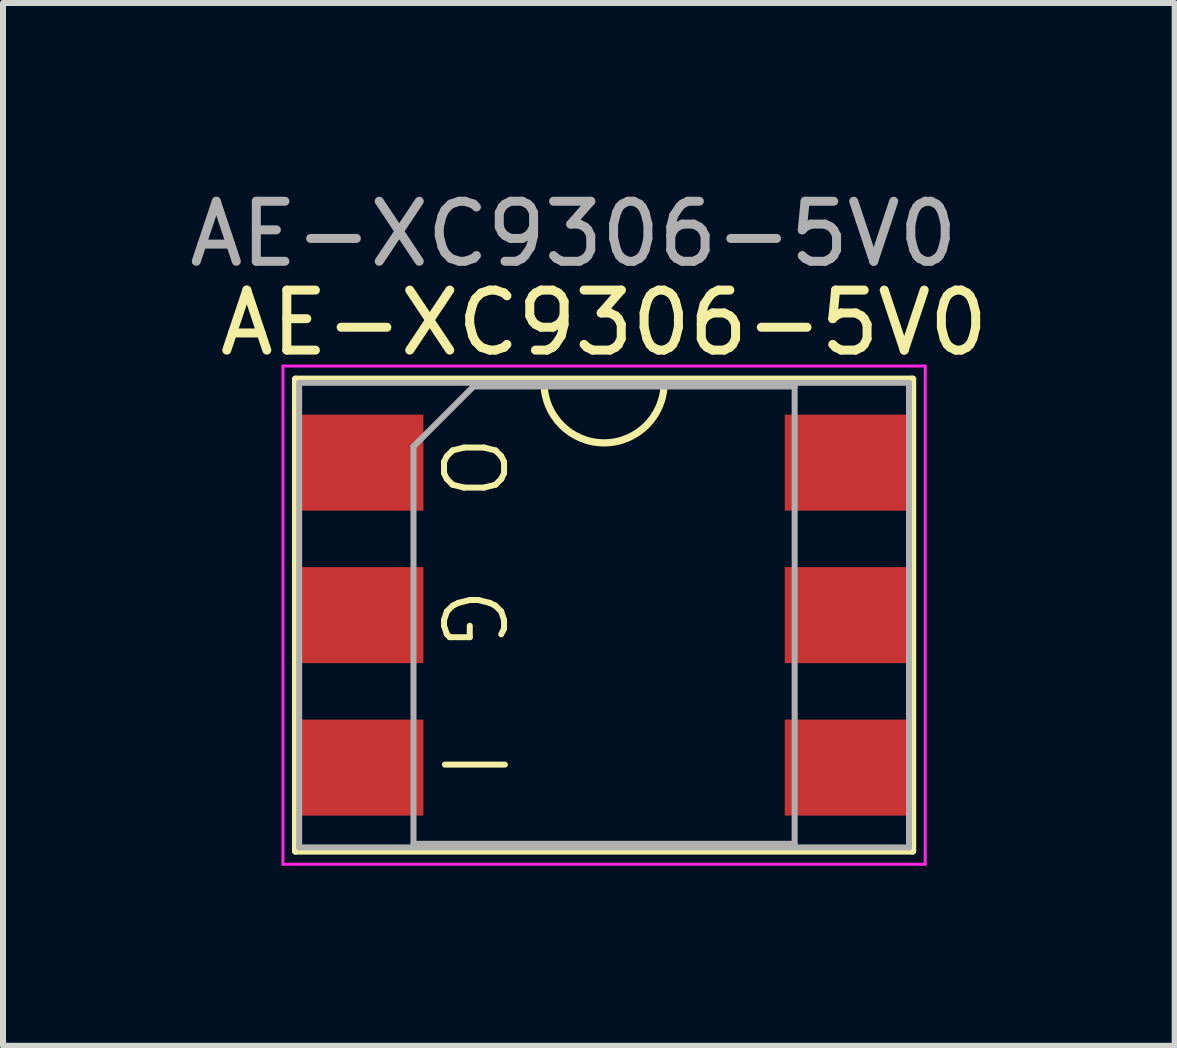
<source format=kicad_pcb>
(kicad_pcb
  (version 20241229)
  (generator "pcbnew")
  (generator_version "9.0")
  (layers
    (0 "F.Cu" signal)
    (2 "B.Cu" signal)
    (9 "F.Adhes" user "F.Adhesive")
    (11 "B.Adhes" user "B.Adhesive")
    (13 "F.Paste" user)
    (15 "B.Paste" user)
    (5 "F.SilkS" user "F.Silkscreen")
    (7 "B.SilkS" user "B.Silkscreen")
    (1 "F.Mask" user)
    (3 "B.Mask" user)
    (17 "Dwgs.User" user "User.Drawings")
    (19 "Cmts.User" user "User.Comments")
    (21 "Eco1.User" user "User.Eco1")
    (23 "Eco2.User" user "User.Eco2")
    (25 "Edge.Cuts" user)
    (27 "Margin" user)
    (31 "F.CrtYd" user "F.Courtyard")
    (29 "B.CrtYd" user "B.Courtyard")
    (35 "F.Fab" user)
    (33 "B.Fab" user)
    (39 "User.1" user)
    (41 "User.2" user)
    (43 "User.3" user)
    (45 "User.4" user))
  (footprint "AE-XC9306-5V0"
    (layer "F.Cu")
    (at 7.014 7.198)
    (property "Reference" "AE-XC9306-5V0" (at 0 -4.87 0) (layer "F.SilkS") (effects (font (size 1 1) (thickness 0.15))))
    (attr smd)
    (fp_line (start -5.14 -3.93) (end -5.14 3.93) (stroke (width 0.12) (type solid)) (layer "F.SilkS"))
    (fp_line (start -5.14 3.93) (end 5.14 3.93) (stroke (width 0.12) (type solid)) (layer "F.SilkS"))
    (fp_line (start -2.65 3.87) (end 2.65 3.87) (stroke (width 0.12) (type solid)) (layer "F.SilkS"))
    (fp_line (start 5.14 -3.93) (end -5.14 -3.93) (stroke (width 0.12) (type solid)) (layer "F.SilkS"))
    (fp_line (start 5.14 3.93) (end 5.14 -3.93) (stroke (width 0.12) (type solid)) (layer "F.SilkS"))
    (fp_arc (start 1 -3.87) (mid 0 -2.87) (end -1 -3.87) (stroke (width 0.12) (type solid)) (layer "F.SilkS"))
    (fp_line (start -5.35 -4.15) (end -5.35 4.15) (stroke (width 0.05) (type solid)) (layer "F.CrtYd"))
    (fp_line (start -5.35 4.15) (end 5.35 4.15) (stroke (width 0.05) (type solid)) (layer "F.CrtYd"))
    (fp_line (start 5.35 -4.15) (end -5.35 -4.15) (stroke (width 0.05) (type solid)) (layer "F.CrtYd"))
    (fp_line (start 5.35 4.15) (end 5.35 -4.15) (stroke (width 0.05) (type solid)) (layer "F.CrtYd"))
    (fp_line (start -5.08 -3.87) (end -5.08 3.87) (stroke (width 0.1) (type solid)) (layer "F.Fab"))
    (fp_line (start -5.08 3.87) (end 5.08 3.87) (stroke (width 0.1) (type solid)) (layer "F.Fab"))
    (fp_line (start -3.175 -2.81) (end -2.175 -3.81) (stroke (width 0.1) (type solid)) (layer "F.Fab"))
    (fp_line (start -3.175 3.81) (end -3.175 -2.81) (stroke (width 0.1) (type solid)) (layer "F.Fab"))
    (fp_line (start -2.175 -3.81) (end 3.175 -3.81) (stroke (width 0.1) (type solid)) (layer "F.Fab"))
    (fp_line (start 3.175 -3.81) (end 3.175 3.81) (stroke (width 0.1) (type solid)) (layer "F.Fab"))
    (fp_line (start 3.175 3.81) (end -3.175 3.81) (stroke (width 0.1) (type solid)) (layer "F.Fab"))
    (fp_line (start 5.08 -3.87) (end -5.08 -3.87) (stroke (width 0.1) (type solid)) (layer "F.Fab"))
    (fp_line (start 5.08 3.87) (end 5.08 -3.87) (stroke (width 0.1) (type solid)) (layer "F.Fab"))
    (fp_text user "O" (at -2.794 -3.048 270) (unlocked yes) (layer "F.SilkS") (effects (font (size 1 1) (thickness 0.1)) (justify left bottom)))
    (fp_text user "I" (at -1.524 2.794 90) (unlocked yes) (layer "F.SilkS") (effects (font (size 1 1) (thickness 0.1)) (justify left bottom)))
    (fp_text user "G" (at -2.794 -0.508 270) (unlocked yes) (layer "F.SilkS") (effects (font (size 1 1) (thickness 0.1)) (justify left bottom)))
    (fp_text user "${REFERENCE}" (at -0.508 -6.35 0) (layer "F.Fab") (effects (font (size 1 1) (thickness 0.15))))
    (pad "1" smd rect (at -4.045 -2.54) (size 2.07 1.6) (layers "F.Cu" "F.Mask" "F.Paste"))
    (pad "1" smd rect (at 4.045 -2.54) (size 2.07 1.6) (layers "F.Cu" "F.Mask" "F.Paste"))
    (pad "2" smd rect (at -4.045 0) (size 2.07 1.6) (layers "F.Cu" "F.Mask" "F.Paste"))
    (pad "2" smd rect (at 4.045 0) (size 2.07 1.6) (layers "F.Cu" "F.Mask" "F.Paste"))
    (pad "3" smd rect (at -4.045 2.54) (size 2.07 1.6) (layers "F.Cu" "F.Mask" "F.Paste"))
    (pad "3" smd rect (at 4.045 2.54) (size 2.07 1.6) (layers "F.Cu" "F.Mask" "F.Paste")))
  (gr_rect
    (start -3 -3)
    (end 16.52 14.373)
    (stroke (width 0.1) (type default))
    (fill no)
    (layer "Edge.Cuts")))
</source>
